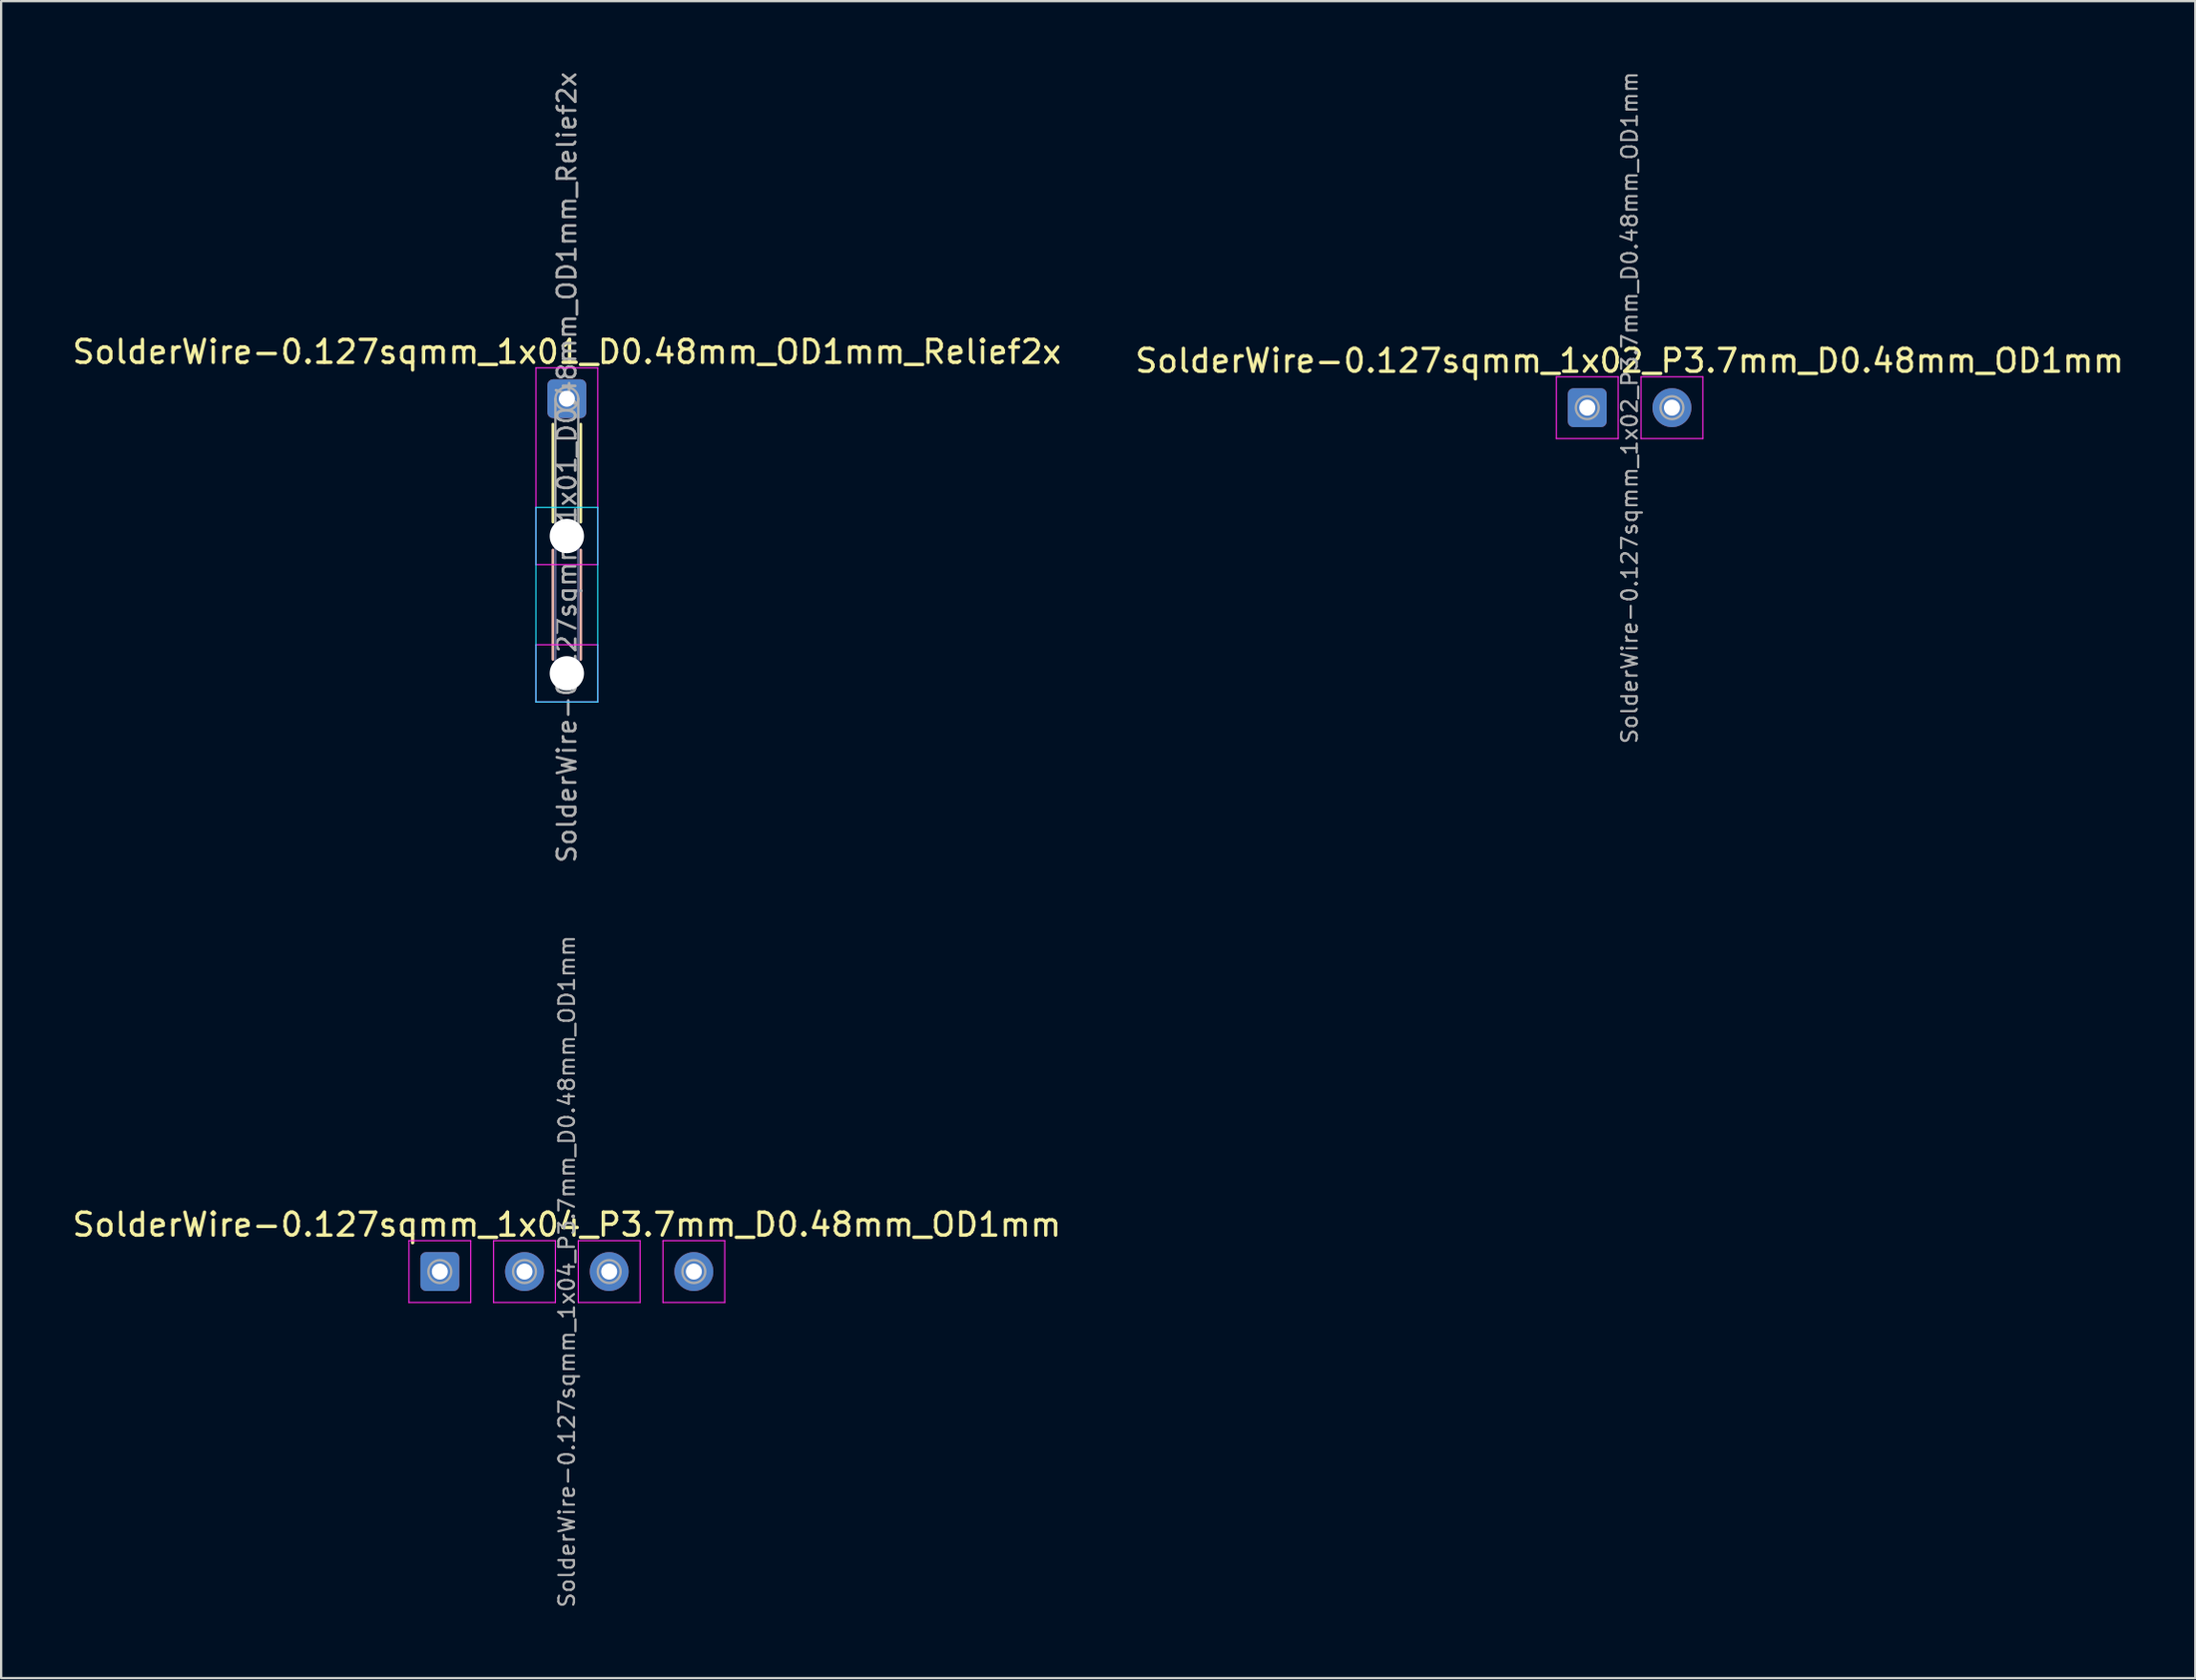
<source format=kicad_pcb>
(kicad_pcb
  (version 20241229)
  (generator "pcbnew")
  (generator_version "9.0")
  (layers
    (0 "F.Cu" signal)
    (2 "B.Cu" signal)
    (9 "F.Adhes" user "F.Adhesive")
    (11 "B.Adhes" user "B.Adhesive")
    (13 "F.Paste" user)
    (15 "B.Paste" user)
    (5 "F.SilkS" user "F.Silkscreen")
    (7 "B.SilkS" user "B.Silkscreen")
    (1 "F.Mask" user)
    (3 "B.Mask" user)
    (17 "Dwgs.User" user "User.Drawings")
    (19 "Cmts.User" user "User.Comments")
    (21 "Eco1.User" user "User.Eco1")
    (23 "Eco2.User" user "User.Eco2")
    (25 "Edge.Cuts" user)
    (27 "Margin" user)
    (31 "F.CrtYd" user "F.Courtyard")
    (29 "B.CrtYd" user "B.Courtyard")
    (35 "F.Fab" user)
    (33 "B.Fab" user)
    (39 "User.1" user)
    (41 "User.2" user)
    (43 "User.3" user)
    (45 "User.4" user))
  (footprint "SolderWire-0.127sqmm_1x01_D0.48mm_OD1mm_Relief2x"
    (layer "F.Cu")
    (at 21.72 14.376)
    (property "Reference" "SolderWire-0.127sqmm_1x01_D0.48mm_OD1mm_Relief2x" (at 0 -2.05 0) (layer "F.SilkS") (effects (font (size 1 1) (thickness 0.15))))
    (attr exclude_from_pos_files exclude_from_bom)
    (fp_line (start -0.61 1.11) (end -0.61 5.39) (stroke (width 0.12) (type solid)) (layer "F.SilkS"))
    (fp_line (start 0.61 1.11) (end 0.61 5.39) (stroke (width 0.12) (type solid)) (layer "F.SilkS"))
    (fp_line (start -0.61 6.61) (end -0.61 11.39) (stroke (width 0.12) (type solid)) (layer "B.SilkS"))
    (fp_line (start 0.61 6.61) (end 0.61 11.39) (stroke (width 0.12) (type solid)) (layer "B.SilkS"))
    (fp_line (start -1.35 4.75) (end -1.35 13.25) (stroke (width 0.05) (type solid)) (layer "B.CrtYd"))
    (fp_line (start -1.35 13.25) (end 1.35 13.25) (stroke (width 0.05) (type solid)) (layer "B.CrtYd"))
    (fp_line (start 1.35 4.75) (end -1.35 4.75) (stroke (width 0.05) (type solid)) (layer "B.CrtYd"))
    (fp_line (start 1.35 13.25) (end 1.35 4.75) (stroke (width 0.05) (type solid)) (layer "B.CrtYd"))
    (fp_line (start -1.35 -1.35) (end -1.35 7.25) (stroke (width 0.05) (type solid)) (layer "F.CrtYd"))
    (fp_line (start -1.35 7.25) (end 1.35 7.25) (stroke (width 0.05) (type solid)) (layer "F.CrtYd"))
    (fp_line (start -1.35 10.75) (end -1.35 13.25) (stroke (width 0.05) (type solid)) (layer "F.CrtYd"))
    (fp_line (start -1.35 13.25) (end 1.35 13.25) (stroke (width 0.05) (type solid)) (layer "F.CrtYd"))
    (fp_line (start 1.35 -1.35) (end -1.35 -1.35) (stroke (width 0.05) (type solid)) (layer "F.CrtYd"))
    (fp_line (start 1.35 7.25) (end 1.35 -1.35) (stroke (width 0.05) (type solid)) (layer "F.CrtYd"))
    (fp_line (start 1.35 10.75) (end -1.35 10.75) (stroke (width 0.05) (type solid)) (layer "F.CrtYd"))
    (fp_line (start 1.35 13.25) (end 1.35 10.75) (stroke (width 0.05) (type solid)) (layer "F.CrtYd"))
    (fp_line (start -0.5 6) (end -0.5 12) (stroke (width 0.1) (type solid)) (layer "B.Fab"))
    (fp_line (start 0.5 6) (end 0.5 12) (stroke (width 0.1) (type solid)) (layer "B.Fab"))
    (fp_circle (center 0 6) (end 0.5 6) (stroke (width 0.1) (type solid)) (fill no) (layer "B.Fab"))
    (fp_circle (center 0 12) (end 0.5 12) (stroke (width 0.1) (type solid)) (fill no) (layer "B.Fab"))
    (fp_line (start -0.5 0) (end -0.5 6) (stroke (width 0.1) (type solid)) (layer "F.Fab"))
    (fp_line (start 0.5 0) (end 0.5 6) (stroke (width 0.1) (type solid)) (layer "F.Fab"))
    (fp_circle (center 0 0) (end 0.5 0) (stroke (width 0.1) (type solid)) (fill no) (layer "F.Fab"))
    (fp_circle (center 0 6) (end 0.5 6) (stroke (width 0.1) (type solid)) (fill no) (layer "F.Fab"))
    (fp_circle (center 0 12) (end 0.5 12) (stroke (width 0.1) (type solid)) (fill no) (layer "F.Fab"))
    (fp_text user "${REFERENCE}" (at 0 3 90) (layer "F.Fab") (effects (font (size 0.8 0.8) (thickness 0.12))))
    (pad "" np_thru_hole circle (at 0 6) (size 1.5 1.5) (drill 1.5) (layers "*.Cu" "*.Mask"))
    (pad "" np_thru_hole circle (at 0 12) (size 1.5 1.5) (drill 1.5) (layers "*.Cu" "*.Mask"))
    (pad "1" thru_hole roundrect (at 0 0) (size 1.7 1.7) (drill 0.7) (layers "*.Cu" "*.Mask") (roundrect_rratio 0.147)))
  (footprint "SolderWire-0.127sqmm_1x02_P3.7mm_D0.48mm_OD1mm"
    (layer "F.Cu")
    (at 66.311 14.767)
    (property "Reference" "SolderWire-0.127sqmm_1x02_P3.7mm_D0.48mm_OD1mm" (at 1.85 -2.05 0) (layer "F.SilkS") (effects (font (size 1 1) (thickness 0.15))))
    (attr exclude_from_pos_files exclude_from_bom)
    (fp_line (start -1.35 -1.35) (end -1.35 1.35) (stroke (width 0.05) (type solid)) (layer "F.CrtYd"))
    (fp_line (start -1.35 1.35) (end 1.35 1.35) (stroke (width 0.05) (type solid)) (layer "F.CrtYd"))
    (fp_line (start 1.35 -1.35) (end -1.35 -1.35) (stroke (width 0.05) (type solid)) (layer "F.CrtYd"))
    (fp_line (start 1.35 1.35) (end 1.35 -1.35) (stroke (width 0.05) (type solid)) (layer "F.CrtYd"))
    (fp_line (start 2.35 -1.35) (end 2.35 1.35) (stroke (width 0.05) (type solid)) (layer "F.CrtYd"))
    (fp_line (start 2.35 1.35) (end 5.05 1.35) (stroke (width 0.05) (type solid)) (layer "F.CrtYd"))
    (fp_line (start 5.05 -1.35) (end 2.35 -1.35) (stroke (width 0.05) (type solid)) (layer "F.CrtYd"))
    (fp_line (start 5.05 1.35) (end 5.05 -1.35) (stroke (width 0.05) (type solid)) (layer "F.CrtYd"))
    (fp_circle (center 0 0) (end 0.5 0) (stroke (width 0.1) (type solid)) (fill no) (layer "F.Fab"))
    (fp_circle (center 3.7 0) (end 4.2 0) (stroke (width 0.1) (type solid)) (fill no) (layer "F.Fab"))
    (fp_text user "${REFERENCE}" (at 1.85 0 90) (layer "F.Fab") (effects (font (size 0.68 0.68) (thickness 0.1))))
    (pad "1" thru_hole roundrect (at 0 0) (size 1.7 1.7) (drill 0.7) (layers "*.Cu" "*.Mask") (roundrect_rratio 0.147))
    (pad "2" thru_hole circle (at 3.7 0) (size 1.7 1.7) (drill 0.7) (layers "*.Cu" "*.Mask")))
  (footprint "SolderWire-0.127sqmm_1x04_P3.7mm_D0.48mm_OD1mm"
    (layer "F.Cu")
    (at 16.17 52.519)
    (property "Reference" "SolderWire-0.127sqmm_1x04_P3.7mm_D0.48mm_OD1mm" (at 5.55 -2.05 0) (layer "F.SilkS") (effects (font (size 1 1) (thickness 0.15))))
    (attr exclude_from_pos_files exclude_from_bom)
    (fp_line (start -1.35 -1.35) (end -1.35 1.35) (stroke (width 0.05) (type solid)) (layer "F.CrtYd"))
    (fp_line (start -1.35 1.35) (end 1.35 1.35) (stroke (width 0.05) (type solid)) (layer "F.CrtYd"))
    (fp_line (start 1.35 -1.35) (end -1.35 -1.35) (stroke (width 0.05) (type solid)) (layer "F.CrtYd"))
    (fp_line (start 1.35 1.35) (end 1.35 -1.35) (stroke (width 0.05) (type solid)) (layer "F.CrtYd"))
    (fp_line (start 2.35 -1.35) (end 2.35 1.35) (stroke (width 0.05) (type solid)) (layer "F.CrtYd"))
    (fp_line (start 2.35 1.35) (end 5.05 1.35) (stroke (width 0.05) (type solid)) (layer "F.CrtYd"))
    (fp_line (start 5.05 -1.35) (end 2.35 -1.35) (stroke (width 0.05) (type solid)) (layer "F.CrtYd"))
    (fp_line (start 5.05 1.35) (end 5.05 -1.35) (stroke (width 0.05) (type solid)) (layer "F.CrtYd"))
    (fp_line (start 6.05 -1.35) (end 6.05 1.35) (stroke (width 0.05) (type solid)) (layer "F.CrtYd"))
    (fp_line (start 6.05 1.35) (end 8.75 1.35) (stroke (width 0.05) (type solid)) (layer "F.CrtYd"))
    (fp_line (start 8.75 -1.35) (end 6.05 -1.35) (stroke (width 0.05) (type solid)) (layer "F.CrtYd"))
    (fp_line (start 8.75 1.35) (end 8.75 -1.35) (stroke (width 0.05) (type solid)) (layer "F.CrtYd"))
    (fp_line (start 9.75 -1.35) (end 9.75 1.35) (stroke (width 0.05) (type solid)) (layer "F.CrtYd"))
    (fp_line (start 9.75 1.35) (end 12.45 1.35) (stroke (width 0.05) (type solid)) (layer "F.CrtYd"))
    (fp_line (start 12.45 -1.35) (end 9.75 -1.35) (stroke (width 0.05) (type solid)) (layer "F.CrtYd"))
    (fp_line (start 12.45 1.35) (end 12.45 -1.35) (stroke (width 0.05) (type solid)) (layer "F.CrtYd"))
    (fp_circle (center 0 0) (end 0.5 0) (stroke (width 0.1) (type solid)) (fill no) (layer "F.Fab"))
    (fp_circle (center 3.7 0) (end 4.2 0) (stroke (width 0.1) (type solid)) (fill no) (layer "F.Fab"))
    (fp_circle (center 7.4 0) (end 7.9 0) (stroke (width 0.1) (type solid)) (fill no) (layer "F.Fab"))
    (fp_circle (center 11.1 0) (end 11.6 0) (stroke (width 0.1) (type solid)) (fill no) (layer "F.Fab"))
    (fp_text user "${REFERENCE}" (at 5.55 0 90) (layer "F.Fab") (effects (font (size 0.68 0.68) (thickness 0.1))))
    (pad "1" thru_hole roundrect (at 0 0) (size 1.7 1.7) (drill 0.7) (layers "*.Cu" "*.Mask") (roundrect_rratio 0.147))
    (pad "2" thru_hole circle (at 3.7 0) (size 1.7 1.7) (drill 0.7) (layers "*.Cu" "*.Mask"))
    (pad "3" thru_hole circle (at 7.4 0) (size 1.7 1.7) (drill 0.7) (layers "*.Cu" "*.Mask"))
    (pad "4" thru_hole circle (at 11.1 0) (size 1.7 1.7) (drill 0.7) (layers "*.Cu" "*.Mask")))
  (gr_rect
    (start -3 -3)
    (end 92.881 70.286)
    (stroke (width 0.1) (type default))
    (fill no)
    (layer "Edge.Cuts")))
</source>
